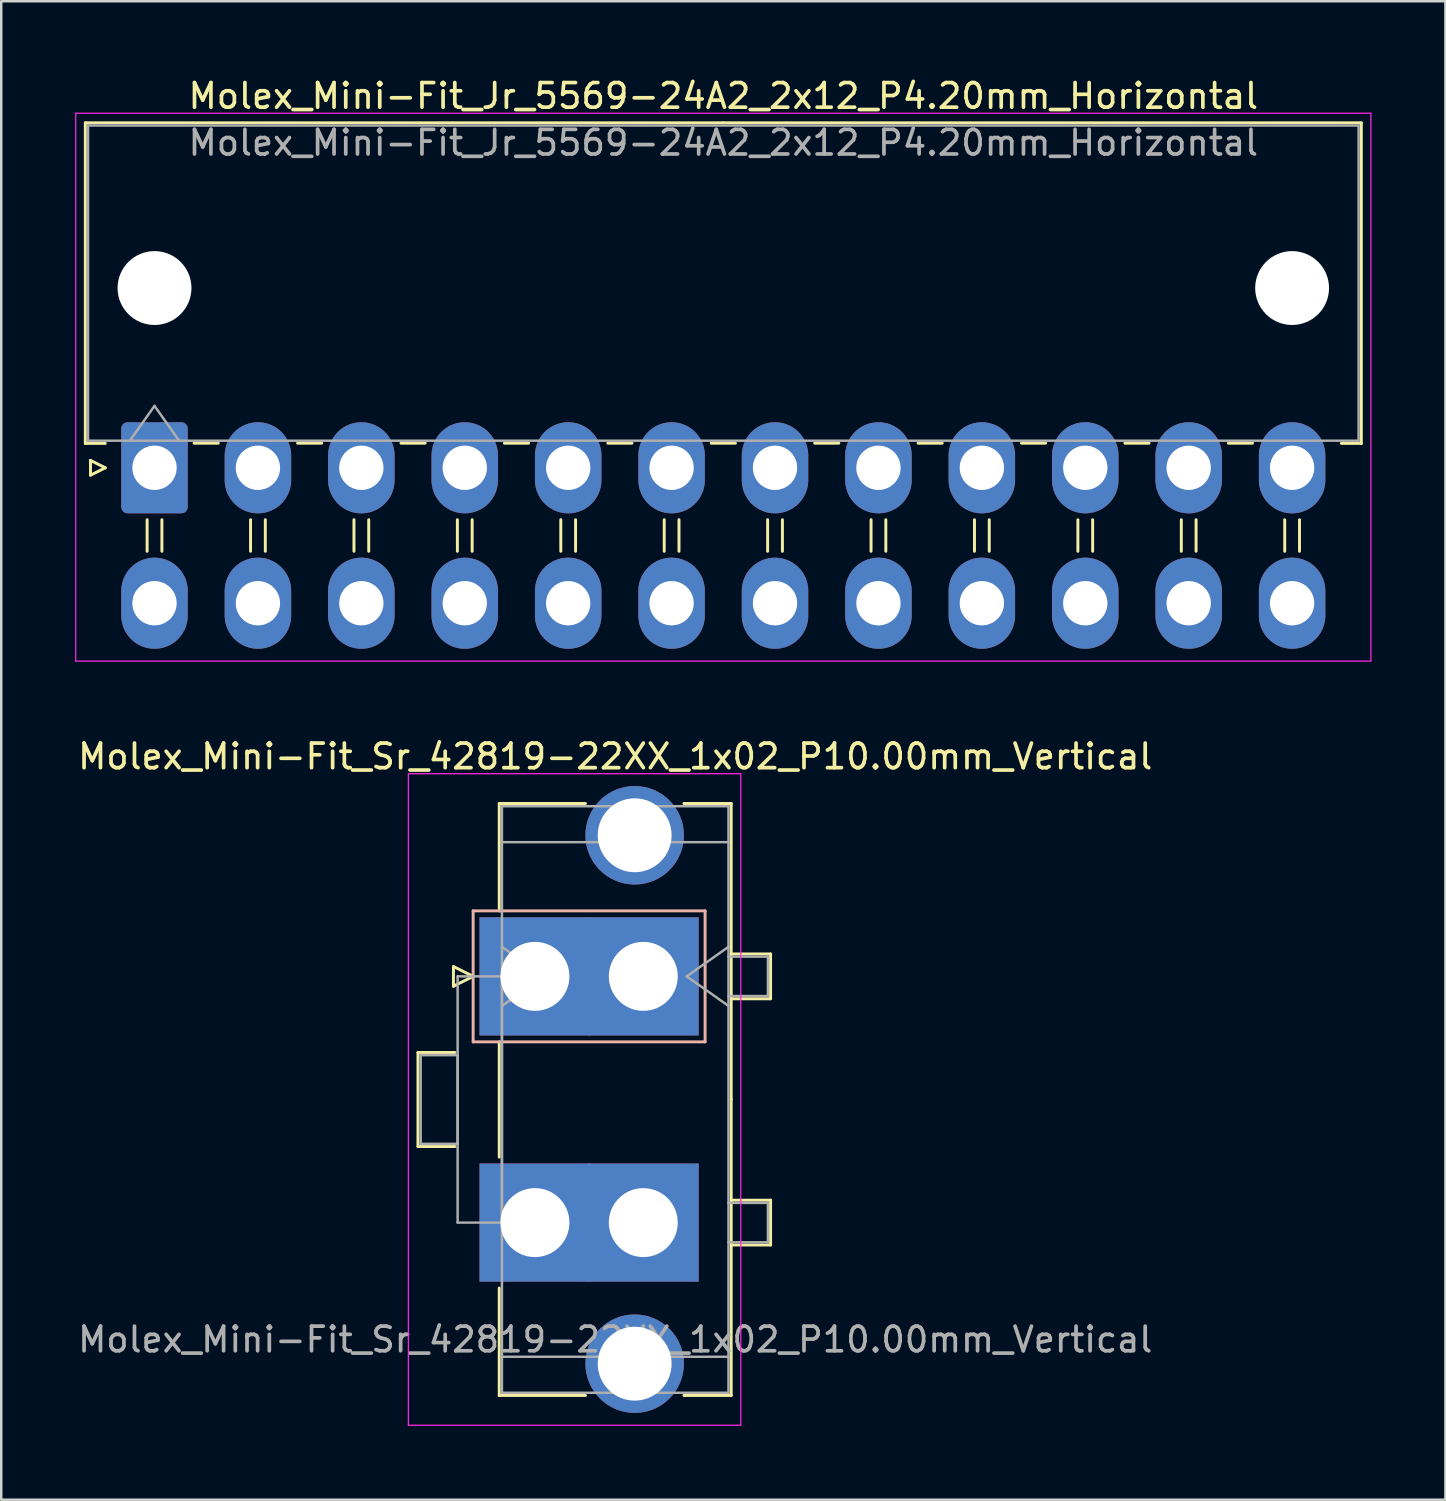
<source format=kicad_pcb>
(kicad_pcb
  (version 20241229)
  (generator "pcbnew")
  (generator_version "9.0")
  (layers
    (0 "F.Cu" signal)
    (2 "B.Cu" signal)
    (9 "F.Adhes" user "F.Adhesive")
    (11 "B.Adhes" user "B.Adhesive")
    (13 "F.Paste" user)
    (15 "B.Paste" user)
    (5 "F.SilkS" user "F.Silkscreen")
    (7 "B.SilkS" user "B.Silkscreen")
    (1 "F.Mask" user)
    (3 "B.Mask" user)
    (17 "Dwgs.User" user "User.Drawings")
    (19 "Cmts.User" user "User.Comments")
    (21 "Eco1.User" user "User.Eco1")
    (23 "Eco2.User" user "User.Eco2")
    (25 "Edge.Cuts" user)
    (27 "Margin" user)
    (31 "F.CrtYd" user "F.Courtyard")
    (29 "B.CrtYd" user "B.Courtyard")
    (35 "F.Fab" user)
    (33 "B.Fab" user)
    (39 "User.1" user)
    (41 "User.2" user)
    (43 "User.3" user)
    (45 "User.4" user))
  (footprint "Molex_Mini-Fit_Sr_42819-22XX_1x02_P10.00mm_Vertical"
    (layer "F.Cu")
    (at 18.675 36.602)
    (property "Reference" "Molex_Mini-Fit_Sr_42819-22XX_1x02_P10.00mm_Vertical" (at 3.26 -8.93 0) (layer "F.SilkS") (effects (font (size 1 1) (thickness 0.15))))
    (attr through_hole)
    (fp_line (start -4.75 3.09) (end -4.75 6.91) (stroke (width 0.12) (type solid)) (layer "F.SilkS"))
    (fp_line (start -4.75 6.91) (end -3.25 6.91) (stroke (width 0.12) (type solid)) (layer "F.SilkS"))
    (fp_line (start -3.31 -0.4) (end -3.31 0.4) (stroke (width 0.12) (type solid)) (layer "F.SilkS"))
    (fp_line (start -3.31 0.4) (end -2.51 0) (stroke (width 0.12) (type solid)) (layer "F.SilkS"))
    (fp_line (start -3.25 3.09) (end -4.75 3.09) (stroke (width 0.12) (type solid)) (layer "F.SilkS"))
    (fp_line (start -2.51 0) (end -3.31 -0.4) (stroke (width 0.12) (type solid)) (layer "F.SilkS"))
    (fp_line (start -1.45 -7.02) (end 2.05 -7.02) (stroke (width 0.12) (type solid)) (layer "F.SilkS"))
    (fp_line (start -1.45 -2.66) (end -1.45 -7.02) (stroke (width 0.12) (type solid)) (layer "F.SilkS"))
    (fp_line (start -1.45 2.66) (end -1.45 7.34) (stroke (width 0.12) (type solid)) (layer "F.SilkS"))
    (fp_line (start -1.45 12.66) (end -1.45 17.02) (stroke (width 0.12) (type solid)) (layer "F.SilkS"))
    (fp_line (start -1.45 17.02) (end 2.05 17.02) (stroke (width 0.12) (type solid)) (layer "F.SilkS"))
    (fp_line (start 6.05 -7.02) (end 7.97 -7.02) (stroke (width 0.12) (type solid)) (layer "F.SilkS"))
    (fp_line (start 6.05 17.02) (end 7.97 17.02) (stroke (width 0.12) (type solid)) (layer "F.SilkS"))
    (fp_line (start 7.97 -7.02) (end 7.97 5) (stroke (width 0.12) (type solid)) (layer "F.SilkS"))
    (fp_line (start 7.97 -0.91) (end 9.57 -0.91) (stroke (width 0.12) (type solid)) (layer "F.SilkS"))
    (fp_line (start 7.97 9.09) (end 9.57 9.09) (stroke (width 0.12) (type solid)) (layer "F.SilkS"))
    (fp_line (start 7.97 17.02) (end 7.97 5) (stroke (width 0.12) (type solid)) (layer "F.SilkS"))
    (fp_line (start 9.57 -0.91) (end 9.57 0.91) (stroke (width 0.12) (type solid)) (layer "F.SilkS"))
    (fp_line (start 9.57 0.91) (end 7.97 0.91) (stroke (width 0.12) (type solid)) (layer "F.SilkS"))
    (fp_line (start 9.57 9.09) (end 9.57 10.91) (stroke (width 0.12) (type solid)) (layer "F.SilkS"))
    (fp_line (start 9.57 10.91) (end 7.97 10.91) (stroke (width 0.12) (type solid)) (layer "F.SilkS"))
    (fp_line (start -2.51 -2.66) (end -2.51 2.66) (stroke (width 0.12) (type solid)) (layer "B.SilkS"))
    (fp_line (start -2.51 2.66) (end 6.91 2.66) (stroke (width 0.12) (type solid)) (layer "B.SilkS"))
    (fp_line (start 6.91 -2.66) (end -2.51 -2.66) (stroke (width 0.12) (type solid)) (layer "B.SilkS"))
    (fp_line (start 6.91 2.66) (end 6.91 -2.66) (stroke (width 0.12) (type solid)) (layer "B.SilkS"))
    (fp_line (start -5.14 -8.23) (end -5.14 18.23) (stroke (width 0.05) (type solid)) (layer "F.CrtYd"))
    (fp_line (start -5.14 18.23) (end 8.36 18.23) (stroke (width 0.05) (type solid)) (layer "F.CrtYd"))
    (fp_line (start 8.36 -8.23) (end -5.14 -8.23) (stroke (width 0.05) (type solid)) (layer "F.CrtYd"))
    (fp_line (start 8.36 18.23) (end 8.36 -8.23) (stroke (width 0.05) (type solid)) (layer "F.CrtYd"))
    (fp_line (start -4.64 3.2) (end -3.14 3.2) (stroke (width 0.1) (type solid)) (layer "F.Fab"))
    (fp_line (start -4.64 6.8) (end -4.64 3.2) (stroke (width 0.1) (type solid)) (layer "F.Fab"))
    (fp_line (start -3.14 0) (end -1.34 0) (stroke (width 0.1) (type solid)) (layer "F.Fab"))
    (fp_line (start -3.14 3.2) (end -3.14 6.8) (stroke (width 0.1) (type solid)) (layer "F.Fab"))
    (fp_line (start -3.14 6.8) (end -4.64 6.8) (stroke (width 0.1) (type solid)) (layer "F.Fab"))
    (fp_line (start -3.14 10) (end -3.14 0) (stroke (width 0.1) (type solid)) (layer "F.Fab"))
    (fp_line (start -1.34 -6.91) (end -1.34 16.91) (stroke (width 0.1) (type solid)) (layer "F.Fab"))
    (fp_line (start -1.34 -5.45) (end 7.86 -5.45) (stroke (width 0.1) (type solid)) (layer "F.Fab"))
    (fp_line (start -1.34 -1.2) (end 0.357 0) (stroke (width 0.1) (type solid)) (layer "F.Fab"))
    (fp_line (start -1.34 0) (end -1.34 10) (stroke (width 0.1) (type solid)) (layer "F.Fab"))
    (fp_line (start -1.34 10) (end -3.14 10) (stroke (width 0.1) (type solid)) (layer "F.Fab"))
    (fp_line (start -1.34 15.45) (end 7.86 15.45) (stroke (width 0.1) (type solid)) (layer "F.Fab"))
    (fp_line (start -1.34 16.91) (end 7.86 16.91) (stroke (width 0.1) (type solid)) (layer "F.Fab"))
    (fp_line (start 0.357 0) (end -1.34 1.2) (stroke (width 0.1) (type solid)) (layer "F.Fab"))
    (fp_line (start 6.163 0) (end 7.86 1.2) (stroke (width 0.1) (type solid)) (layer "F.Fab"))
    (fp_line (start 7.86 -6.91) (end -1.34 -6.91) (stroke (width 0.1) (type solid)) (layer "F.Fab"))
    (fp_line (start 7.86 -1.2) (end 6.163 0) (stroke (width 0.1) (type solid)) (layer "F.Fab"))
    (fp_line (start 7.86 -0.8) (end 9.46 -0.8) (stroke (width 0.1) (type solid)) (layer "F.Fab"))
    (fp_line (start 7.86 9.2) (end 9.46 9.2) (stroke (width 0.1) (type solid)) (layer "F.Fab"))
    (fp_line (start 7.86 16.91) (end 7.86 -6.91) (stroke (width 0.1) (type solid)) (layer "F.Fab"))
    (fp_line (start 9.46 -0.8) (end 9.46 0.8) (stroke (width 0.1) (type solid)) (layer "F.Fab"))
    (fp_line (start 9.46 0.8) (end 7.86 0.8) (stroke (width 0.1) (type solid)) (layer "F.Fab"))
    (fp_line (start 9.46 9.2) (end 9.46 10.8) (stroke (width 0.1) (type solid)) (layer "F.Fab"))
    (fp_line (start 9.46 10.8) (end 7.86 10.8) (stroke (width 0.1) (type solid)) (layer "F.Fab"))
    (fp_text user "${REFERENCE}" (at 3.26 14.75 0) (layer "F.Fab") (effects (font (size 1 1) (thickness 0.15))))
    (pad "" thru_hole circle (at 4.05 -5.73) (size 4 4) (drill 3) (layers "*.Cu" "*.Mask"))
    (pad "" thru_hole circle (at 4.05 15.73) (size 4 4) (drill 3) (layers "*.Cu" "*.Mask"))
    (pad "1" thru_hole rect (at 0 0) (size 4.5 4.8) (drill 2.8) (layers "*.Cu" "*.Mask"))
    (pad "1" thru_hole rect (at 4.4 0) (size 4.5 4.8) (drill 2.8) (layers "*.Cu" "*.Mask"))
    (pad "2" thru_hole rect (at 0 10) (size 4.5 4.8) (drill 2.8) (layers "*.Cu" "*.Mask"))
    (pad "2" thru_hole rect (at 4.4 10) (size 4.5 4.8) (drill 2.8) (layers "*.Cu" "*.Mask")))
  (footprint "Molex_Mini-Fit_Jr_5569-24A2_2x12_P4.20mm_Horizontal"
    (layer "F.Cu")
    (at 3.225 15.948)
    (property "Reference" "Molex_Mini-Fit_Jr_5569-24A2_2x12_P4.20mm_Horizontal" (at 23.1 -15.1 0) (layer "F.SilkS") (effects (font (size 1 1) (thickness 0.15))))
    (attr through_hole)
    (fp_line (start -2.81 -14.01) (end 23.1 -14.01) (stroke (width 0.12) (type solid)) (layer "F.SilkS"))
    (fp_line (start -2.81 -0.99) (end -2.81 -14.01) (stroke (width 0.12) (type solid)) (layer "F.SilkS"))
    (fp_line (start -2.6 -0.3) (end -2 0) (stroke (width 0.12) (type solid)) (layer "F.SilkS"))
    (fp_line (start -2.6 0.3) (end -2.6 -0.3) (stroke (width 0.12) (type solid)) (layer "F.SilkS"))
    (fp_line (start -2 -0.99) (end -2.81 -0.99) (stroke (width 0.12) (type solid)) (layer "F.SilkS"))
    (fp_line (start -2 0) (end -2.6 0.3) (stroke (width 0.12) (type solid)) (layer "F.SilkS"))
    (fp_line (start -0.3 2.11) (end -0.3 3.39) (stroke (width 0.12) (type solid)) (layer "F.SilkS"))
    (fp_line (start 0.3 2.11) (end 0.3 3.39) (stroke (width 0.12) (type solid)) (layer "F.SilkS"))
    (fp_line (start 1.61 -1) (end 2.59 -1) (stroke (width 0.12) (type solid)) (layer "F.SilkS"))
    (fp_line (start 3.9 2.11) (end 3.9 3.39) (stroke (width 0.12) (type solid)) (layer "F.SilkS"))
    (fp_line (start 4.5 2.11) (end 4.5 3.39) (stroke (width 0.12) (type solid)) (layer "F.SilkS"))
    (fp_line (start 5.81 -1) (end 6.79 -1) (stroke (width 0.12) (type solid)) (layer "F.SilkS"))
    (fp_line (start 8.1 2.11) (end 8.1 3.39) (stroke (width 0.12) (type solid)) (layer "F.SilkS"))
    (fp_line (start 8.7 2.11) (end 8.7 3.39) (stroke (width 0.12) (type solid)) (layer "F.SilkS"))
    (fp_line (start 10.01 -1) (end 10.99 -1) (stroke (width 0.12) (type solid)) (layer "F.SilkS"))
    (fp_line (start 12.3 2.11) (end 12.3 3.39) (stroke (width 0.12) (type solid)) (layer "F.SilkS"))
    (fp_line (start 12.9 2.11) (end 12.9 3.39) (stroke (width 0.12) (type solid)) (layer "F.SilkS"))
    (fp_line (start 14.21 -1) (end 15.19 -1) (stroke (width 0.12) (type solid)) (layer "F.SilkS"))
    (fp_line (start 16.5 2.11) (end 16.5 3.39) (stroke (width 0.12) (type solid)) (layer "F.SilkS"))
    (fp_line (start 17.1 2.11) (end 17.1 3.39) (stroke (width 0.12) (type solid)) (layer "F.SilkS"))
    (fp_line (start 18.41 -1) (end 19.39 -1) (stroke (width 0.12) (type solid)) (layer "F.SilkS"))
    (fp_line (start 20.7 2.11) (end 20.7 3.39) (stroke (width 0.12) (type solid)) (layer "F.SilkS"))
    (fp_line (start 21.3 2.11) (end 21.3 3.39) (stroke (width 0.12) (type solid)) (layer "F.SilkS"))
    (fp_line (start 22.61 -1) (end 23.59 -1) (stroke (width 0.12) (type solid)) (layer "F.SilkS"))
    (fp_line (start 24.9 2.11) (end 24.9 3.39) (stroke (width 0.12) (type solid)) (layer "F.SilkS"))
    (fp_line (start 25.5 2.11) (end 25.5 3.39) (stroke (width 0.12) (type solid)) (layer "F.SilkS"))
    (fp_line (start 26.81 -1) (end 27.79 -1) (stroke (width 0.12) (type solid)) (layer "F.SilkS"))
    (fp_line (start 29.1 2.11) (end 29.1 3.39) (stroke (width 0.12) (type solid)) (layer "F.SilkS"))
    (fp_line (start 29.7 2.11) (end 29.7 3.39) (stroke (width 0.12) (type solid)) (layer "F.SilkS"))
    (fp_line (start 31.01 -1) (end 31.99 -1) (stroke (width 0.12) (type solid)) (layer "F.SilkS"))
    (fp_line (start 33.3 2.11) (end 33.3 3.39) (stroke (width 0.12) (type solid)) (layer "F.SilkS"))
    (fp_line (start 33.9 2.11) (end 33.9 3.39) (stroke (width 0.12) (type solid)) (layer "F.SilkS"))
    (fp_line (start 35.21 -1) (end 36.19 -1) (stroke (width 0.12) (type solid)) (layer "F.SilkS"))
    (fp_line (start 37.5 2.11) (end 37.5 3.39) (stroke (width 0.12) (type solid)) (layer "F.SilkS"))
    (fp_line (start 38.1 2.11) (end 38.1 3.39) (stroke (width 0.12) (type solid)) (layer "F.SilkS"))
    (fp_line (start 39.41 -1) (end 40.39 -1) (stroke (width 0.12) (type solid)) (layer "F.SilkS"))
    (fp_line (start 41.7 2.11) (end 41.7 3.39) (stroke (width 0.12) (type solid)) (layer "F.SilkS"))
    (fp_line (start 42.3 2.11) (end 42.3 3.39) (stroke (width 0.12) (type solid)) (layer "F.SilkS"))
    (fp_line (start 43.61 -1) (end 44.59 -1) (stroke (width 0.12) (type solid)) (layer "F.SilkS"))
    (fp_line (start 45.9 2.11) (end 45.9 3.39) (stroke (width 0.12) (type solid)) (layer "F.SilkS"))
    (fp_line (start 46.5 2.11) (end 46.5 3.39) (stroke (width 0.12) (type solid)) (layer "F.SilkS"))
    (fp_line (start 48.2 -0.99) (end 49.01 -0.99) (stroke (width 0.12) (type solid)) (layer "F.SilkS"))
    (fp_line (start 49.01 -14.01) (end 23.1 -14.01) (stroke (width 0.12) (type solid)) (layer "F.SilkS"))
    (fp_line (start 49.01 -0.99) (end 49.01 -14.01) (stroke (width 0.12) (type solid)) (layer "F.SilkS"))
    (fp_line (start -3.2 -14.4) (end -3.2 7.85) (stroke (width 0.05) (type solid)) (layer "F.CrtYd"))
    (fp_line (start -3.2 7.85) (end 49.4 7.85) (stroke (width 0.05) (type solid)) (layer "F.CrtYd"))
    (fp_line (start 49.4 -14.4) (end -3.2 -14.4) (stroke (width 0.05) (type solid)) (layer "F.CrtYd"))
    (fp_line (start 49.4 7.85) (end 49.4 -14.4) (stroke (width 0.05) (type solid)) (layer "F.CrtYd"))
    (fp_line (start -2.7 -13.9) (end -2.7 -1.1) (stroke (width 0.1) (type solid)) (layer "F.Fab"))
    (fp_line (start -2.7 -1.1) (end 48.9 -1.1) (stroke (width 0.1) (type solid)) (layer "F.Fab"))
    (fp_line (start -1 -1.1) (end 0 -2.514) (stroke (width 0.1) (type solid)) (layer "F.Fab"))
    (fp_line (start 0 -2.514) (end 1 -1.1) (stroke (width 0.1) (type solid)) (layer "F.Fab"))
    (fp_line (start 48.9 -13.9) (end -2.7 -13.9) (stroke (width 0.1) (type solid)) (layer "F.Fab"))
    (fp_line (start 48.9 -1.1) (end 48.9 -13.9) (stroke (width 0.1) (type solid)) (layer "F.Fab"))
    (fp_text user "${REFERENCE}" (at 23.1 -13.2 0) (layer "F.Fab") (effects (font (size 1 1) (thickness 0.15))))
    (pad "" np_thru_hole circle (at 0 -7.3) (size 3 3) (drill 3) (layers "*.Cu" "*.Mask"))
    (pad "" np_thru_hole circle (at 46.2 -7.3) (size 3 3) (drill 3) (layers "*.Cu" "*.Mask"))
    (pad "1" thru_hole roundrect (at 0 0) (size 2.7 3.7) (drill 1.8) (layers "*.Cu" "*.Mask") (roundrect_rratio 0.093))
    (pad "2" thru_hole oval (at 4.2 0) (size 2.7 3.7) (drill 1.8) (layers "*.Cu" "*.Mask"))
    (pad "3" thru_hole oval (at 8.4 0) (size 2.7 3.7) (drill 1.8) (layers "*.Cu" "*.Mask"))
    (pad "4" thru_hole oval (at 12.6 0) (size 2.7 3.7) (drill 1.8) (layers "*.Cu" "*.Mask"))
    (pad "5" thru_hole oval (at 16.8 0) (size 2.7 3.7) (drill 1.8) (layers "*.Cu" "*.Mask"))
    (pad "6" thru_hole oval (at 21 0) (size 2.7 3.7) (drill 1.8) (layers "*.Cu" "*.Mask"))
    (pad "7" thru_hole oval (at 25.2 0) (size 2.7 3.7) (drill 1.8) (layers "*.Cu" "*.Mask"))
    (pad "8" thru_hole oval (at 29.4 0) (size 2.7 3.7) (drill 1.8) (layers "*.Cu" "*.Mask"))
    (pad "9" thru_hole oval (at 33.6 0) (size 2.7 3.7) (drill 1.8) (layers "*.Cu" "*.Mask"))
    (pad "10" thru_hole oval (at 37.8 0) (size 2.7 3.7) (drill 1.8) (layers "*.Cu" "*.Mask"))
    (pad "11" thru_hole oval (at 42 0) (size 2.7 3.7) (drill 1.8) (layers "*.Cu" "*.Mask"))
    (pad "12" thru_hole oval (at 46.2 0) (size 2.7 3.7) (drill 1.8) (layers "*.Cu" "*.Mask"))
    (pad "13" thru_hole oval (at 0 5.5) (size 2.7 3.7) (drill 1.8) (layers "*.Cu" "*.Mask"))
    (pad "14" thru_hole oval (at 4.2 5.5) (size 2.7 3.7) (drill 1.8) (layers "*.Cu" "*.Mask"))
    (pad "15" thru_hole oval (at 8.4 5.5) (size 2.7 3.7) (drill 1.8) (layers "*.Cu" "*.Mask"))
    (pad "16" thru_hole oval (at 12.6 5.5) (size 2.7 3.7) (drill 1.8) (layers "*.Cu" "*.Mask"))
    (pad "17" thru_hole oval (at 16.8 5.5) (size 2.7 3.7) (drill 1.8) (layers "*.Cu" "*.Mask"))
    (pad "18" thru_hole oval (at 21 5.5) (size 2.7 3.7) (drill 1.8) (layers "*.Cu" "*.Mask"))
    (pad "19" thru_hole oval (at 25.2 5.5) (size 2.7 3.7) (drill 1.8) (layers "*.Cu" "*.Mask"))
    (pad "20" thru_hole oval (at 29.4 5.5) (size 2.7 3.7) (drill 1.8) (layers "*.Cu" "*.Mask"))
    (pad "21" thru_hole oval (at 33.6 5.5) (size 2.7 3.7) (drill 1.8) (layers "*.Cu" "*.Mask"))
    (pad "22" thru_hole oval (at 37.8 5.5) (size 2.7 3.7) (drill 1.8) (layers "*.Cu" "*.Mask"))
    (pad "23" thru_hole oval (at 42 5.5) (size 2.7 3.7) (drill 1.8) (layers "*.Cu" "*.Mask"))
    (pad "24" thru_hole oval (at 46.2 5.5) (size 2.7 3.7) (drill 1.8) (layers "*.Cu" "*.Mask")))
  (gr_rect
    (start -3 -3)
    (end 55.65 57.856)
    (stroke (width 0.1) (type default))
    (fill no)
    (layer "Edge.Cuts")))
</source>
